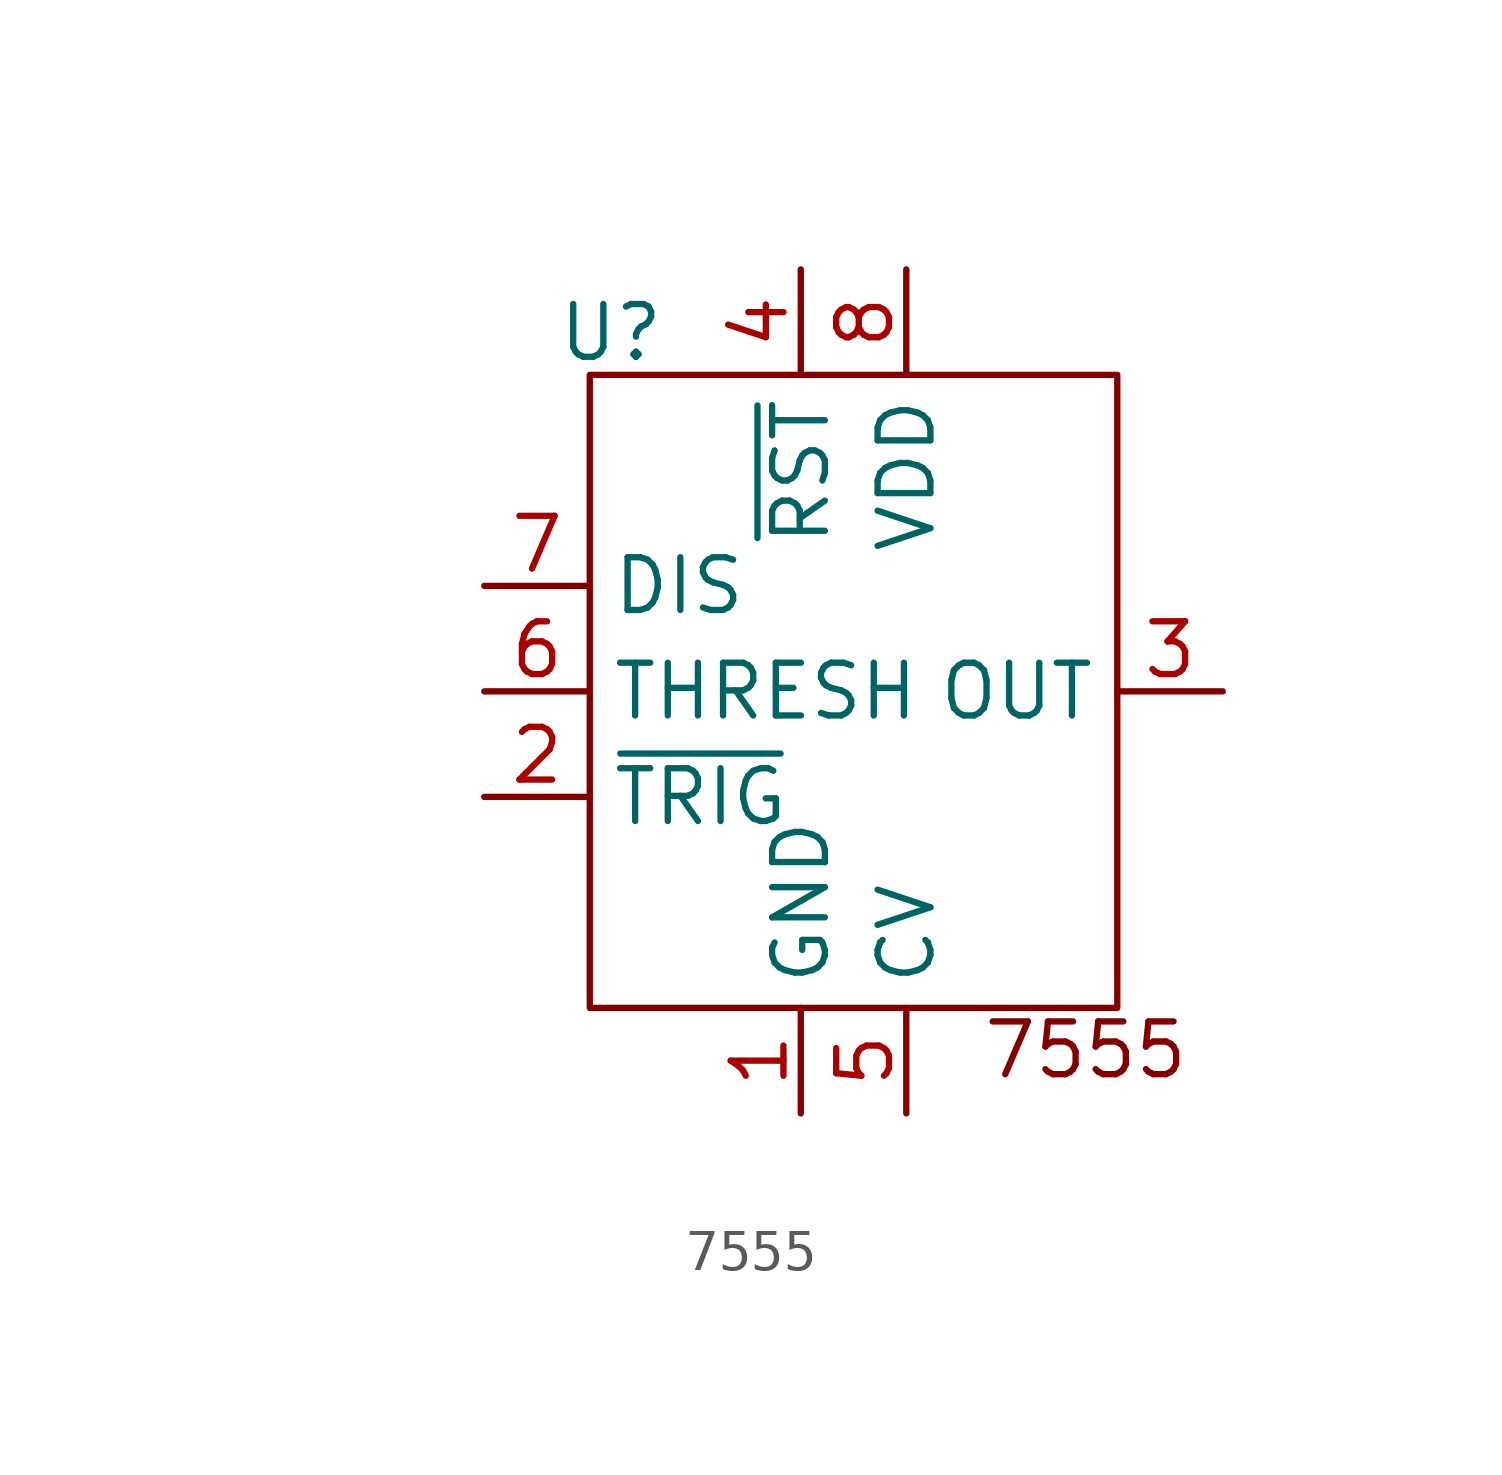
<source format=kicad_sym>
(kicad_symbol_lib
  (version 20231120)
  (generator "kicad_symbol_editor")
  (generator_version "8.0")
  (symbol "7555"
    (property "Reference" "U"
      (at -5.842 8.636 0)
      (effects (font (size 1.27 1.27))))
    (property "Value" ""
      (at -13.97 3.81 0)
      (effects (font (size 1.27 1.27))))
    (symbol "7555_1_1"
      (rectangle (start -6.35 7.62) (end 6.35 -7.62) (stroke (width 0) (type default)) (fill (type none)))
      (text "7555" (at 5.588 -8.636 0) (effects (font (size 1.27 1.27))))
      (pin input line (at -1.27 -10.16 90) (length 2.54) (name "GND" (effects (font (size 1.27 1.27)))) (number "1" (effects (font (size 1.27 1.27)))))
      (pin input line (at -8.89 -2.54 0) (length 2.54) (name "~{TRIG}" (effects (font (size 1.27 1.27)))) (number "2" (effects (font (size 1.27 1.27)))))
      (pin input line (at 8.89 0 180) (length 2.54) (name "OUT" (effects (font (size 1.27 1.27)))) (number "3" (effects (font (size 1.27 1.27)))))
      (pin input line (at -1.27 10.16 270) (length 2.54) (name "~{RST}" (effects (font (size 1.27 1.27)))) (number "4" (effects (font (size 1.27 1.27)))))
      (pin input line (at 1.27 -10.16 90) (length 2.54) (name "CV" (effects (font (size 1.27 1.27)))) (number "5" (effects (font (size 1.27 1.27)))))
      (pin input line (at -8.89 0 0) (length 2.54) (name "THRESH" (effects (font (size 1.27 1.27)))) (number "6" (effects (font (size 1.27 1.27)))))
      (pin input line (at -8.89 2.54 0) (length 2.54) (name "DIS" (effects (font (size 1.27 1.27)))) (number "7" (effects (font (size 1.27 1.27)))))
      (pin input line (at 1.27 10.16 270) (length 2.54) (name "VDD" (effects (font (size 1.27 1.27)))) (number "8" (effects (font (size 1.27 1.27))))))))
</source>
